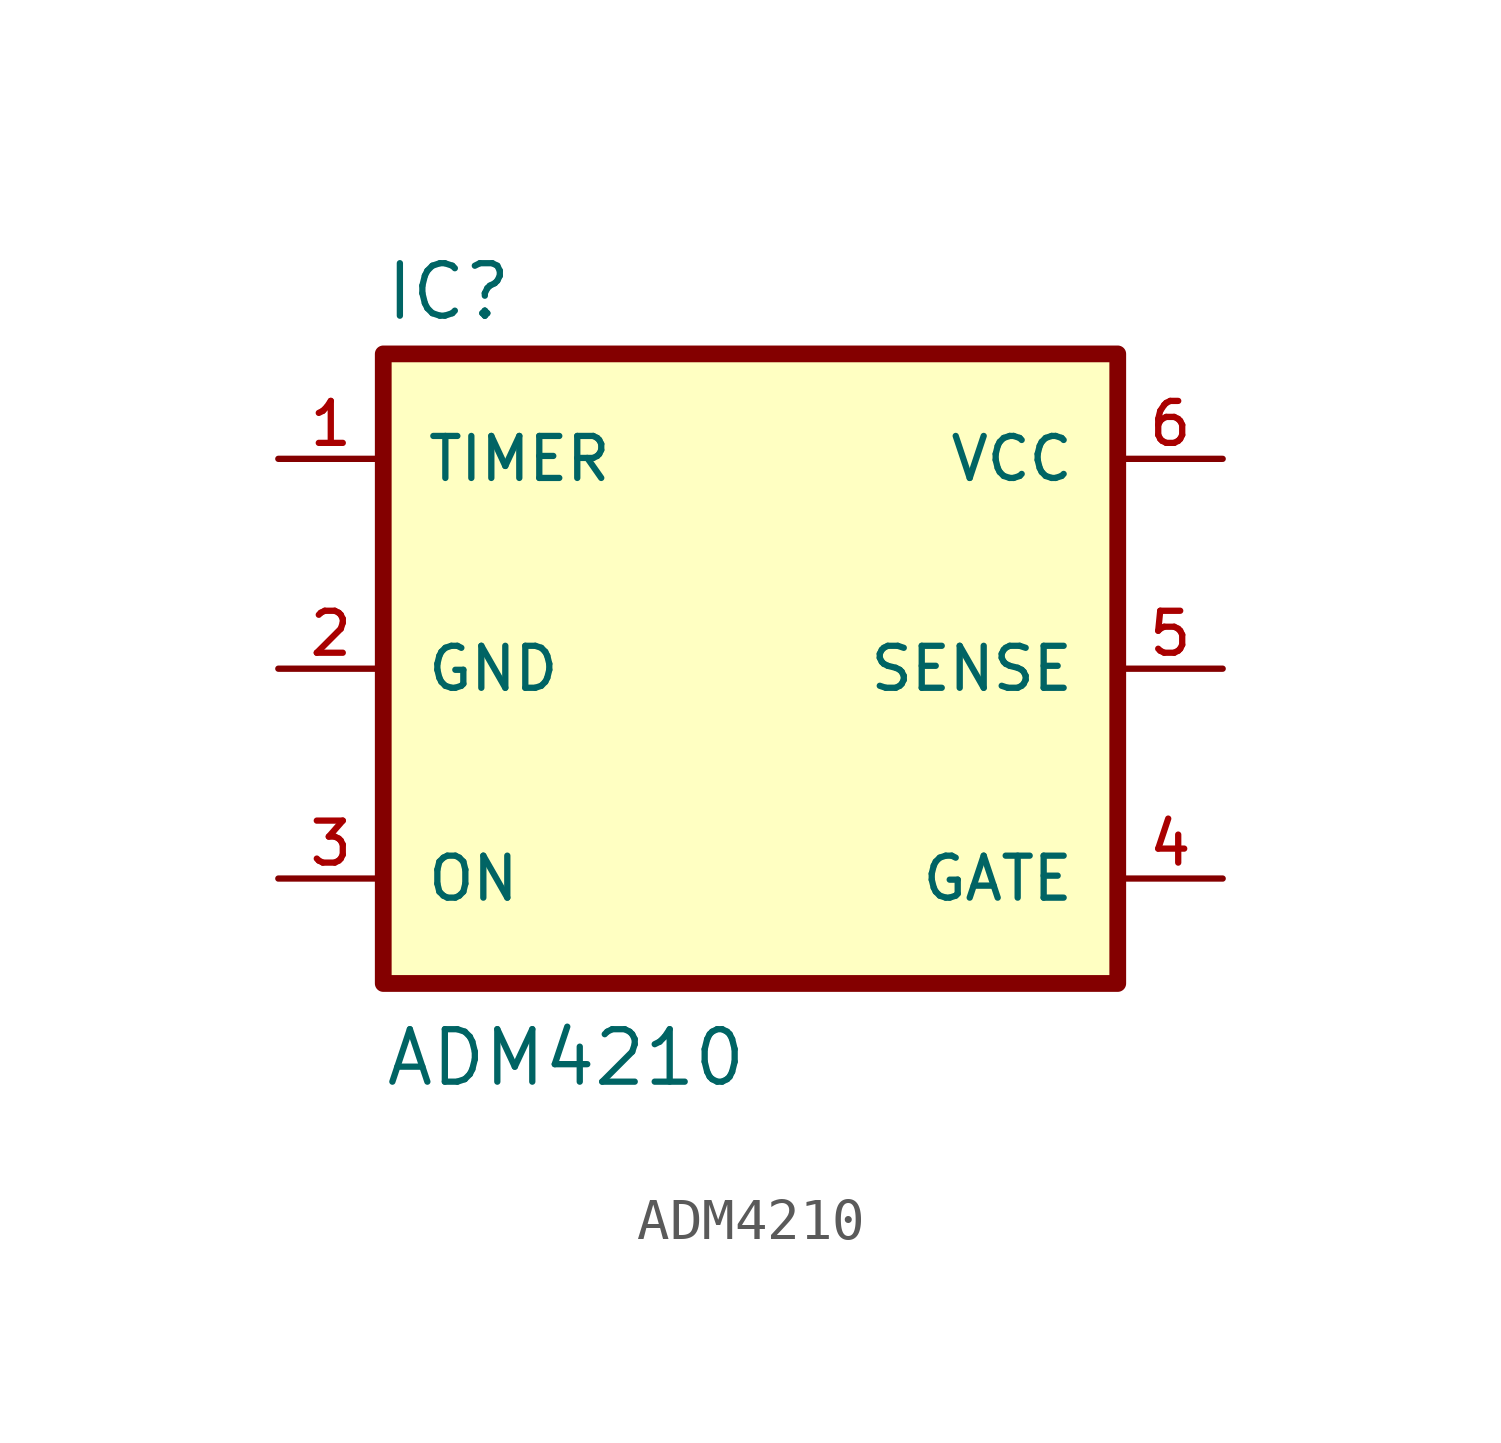
<source format=kicad_sym>
(kicad_symbol_lib
  (version 20211014)
  (generator kicad_symbol_editor)
  (symbol "ADM4210"
    (pin_names
      (offset 1.016))
    (property "Reference" "IC"
      (at -7.62 8.382 0)
      (effects (font (size 1.27 1.27)) (justify bottom left)))
    (property "Value" "ADM4210"
      (at -7.62 -10.16 0)
      (effects (font (size 1.27 1.27)) (justify bottom left)))
    (symbol "ADM4210_0_0"
      (rectangle (start -7.62 -7.62) (end 10.16 7.62) (stroke (width 0.406)) (fill (type background)))
      (pin output line (at 12.7 -5.08 180.0) (length 2.54) (name "GATE" (effects (font (size 1.016 1.016)))) (number "4" (effects (font (size 1.016 1.016)))))
      (pin power_in line (at -10.16 0.0 0) (length 2.54) (name "GND" (effects (font (size 1.016 1.016)))) (number "2" (effects (font (size 1.016 1.016)))))
      (pin input line (at -10.16 -5.08 0) (length 2.54) (name "ON" (effects (font (size 1.016 1.016)))) (number "3" (effects (font (size 1.016 1.016)))))
      (pin input line (at 12.7 0.0 180.0) (length 2.54) (name "SENSE" (effects (font (size 1.016 1.016)))) (number "5" (effects (font (size 1.016 1.016)))))
      (pin input line (at -10.16 5.08 0) (length 2.54) (name "TIMER" (effects (font (size 1.016 1.016)))) (number "1" (effects (font (size 1.016 1.016)))))
      (pin power_in line (at 12.7 5.08 180.0) (length 2.54) (name "VCC" (effects (font (size 1.016 1.016)))) (number "6" (effects (font (size 1.016 1.016))))))))
</source>
